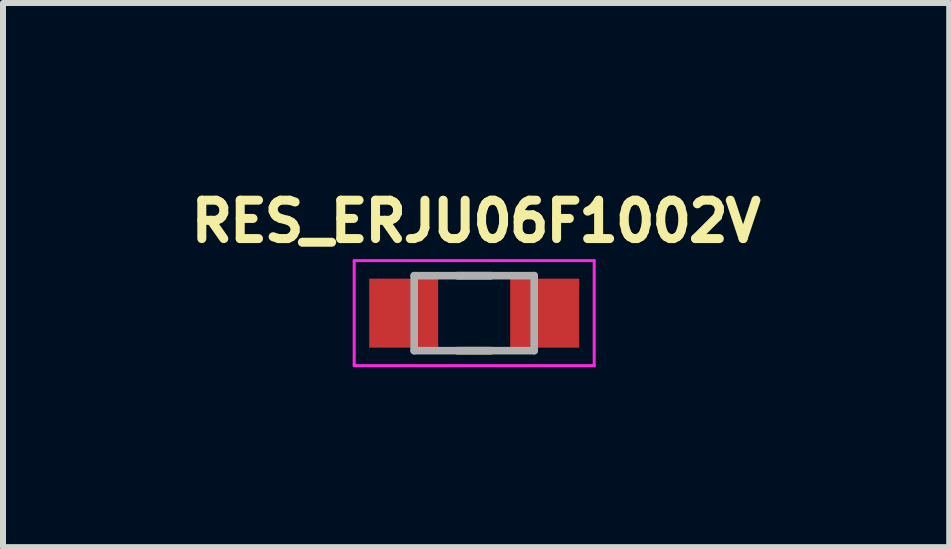
<source format=kicad_pcb>
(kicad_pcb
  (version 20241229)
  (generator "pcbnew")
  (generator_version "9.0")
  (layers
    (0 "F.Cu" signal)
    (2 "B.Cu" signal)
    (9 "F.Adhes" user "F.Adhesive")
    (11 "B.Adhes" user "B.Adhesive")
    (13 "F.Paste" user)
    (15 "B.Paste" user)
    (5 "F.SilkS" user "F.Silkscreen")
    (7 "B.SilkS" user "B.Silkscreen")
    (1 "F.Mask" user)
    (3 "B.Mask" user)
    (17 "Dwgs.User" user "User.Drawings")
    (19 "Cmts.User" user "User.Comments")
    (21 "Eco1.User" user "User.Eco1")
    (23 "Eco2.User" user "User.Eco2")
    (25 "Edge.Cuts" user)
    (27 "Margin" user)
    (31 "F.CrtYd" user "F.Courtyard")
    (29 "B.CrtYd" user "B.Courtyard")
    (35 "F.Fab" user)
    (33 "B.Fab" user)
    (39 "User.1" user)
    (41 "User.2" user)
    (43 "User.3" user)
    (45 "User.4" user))
  (footprint "RES_ERJU06F1002V"
    (layer "F.Cu")
    (at 4.853 2.169)
    (property "Reference" "RES_ERJU06F1002V" (at 0.032 -1.531 0) (layer "F.SilkS") (effects (font (size 0.64 0.64) (thickness 0.15))))
    (attr smd)
    (fp_line (start -0.28 -0.625) (end 0.28 -0.625) (stroke (width 0.127) (type solid)) (layer "F.SilkS"))
    (fp_line (start -0.28 0.625) (end 0.28 0.625) (stroke (width 0.127) (type solid)) (layer "F.SilkS"))
    (fp_line (start -2 -0.875) (end -2 0.875) (stroke (width 0.05) (type solid)) (layer "F.CrtYd"))
    (fp_line (start -2 0.875) (end 2 0.875) (stroke (width 0.05) (type solid)) (layer "F.CrtYd"))
    (fp_line (start 2 -0.875) (end -2 -0.875) (stroke (width 0.05) (type solid)) (layer "F.CrtYd"))
    (fp_line (start 2 0.875) (end 2 -0.875) (stroke (width 0.05) (type solid)) (layer "F.CrtYd"))
    (fp_line (start -1 -0.625) (end -1 0.625) (stroke (width 0.127) (type solid)) (layer "F.Fab"))
    (fp_line (start -1 -0.625) (end 1 -0.625) (stroke (width 0.127) (type solid)) (layer "F.Fab"))
    (fp_line (start -1 0.625) (end 1 0.625) (stroke (width 0.127) (type solid)) (layer "F.Fab"))
    (fp_line (start 1 -0.625) (end 1 0.625) (stroke (width 0.127) (type solid)) (layer "F.Fab"))
    (pad "1" smd rect (at -1.175 0) (size 1.15 1.15) (layers "F.Cu" "F.Mask" "F.Paste"))
    (pad "2" smd rect (at 1.175 0) (size 1.15 1.15) (layers "F.Cu" "F.Mask" "F.Paste")))
  (gr_rect
    (start -3 -3)
    (end 12.77 6.069)
    (stroke (width 0.1) (type default))
    (fill no)
    (layer "Edge.Cuts")))
</source>
